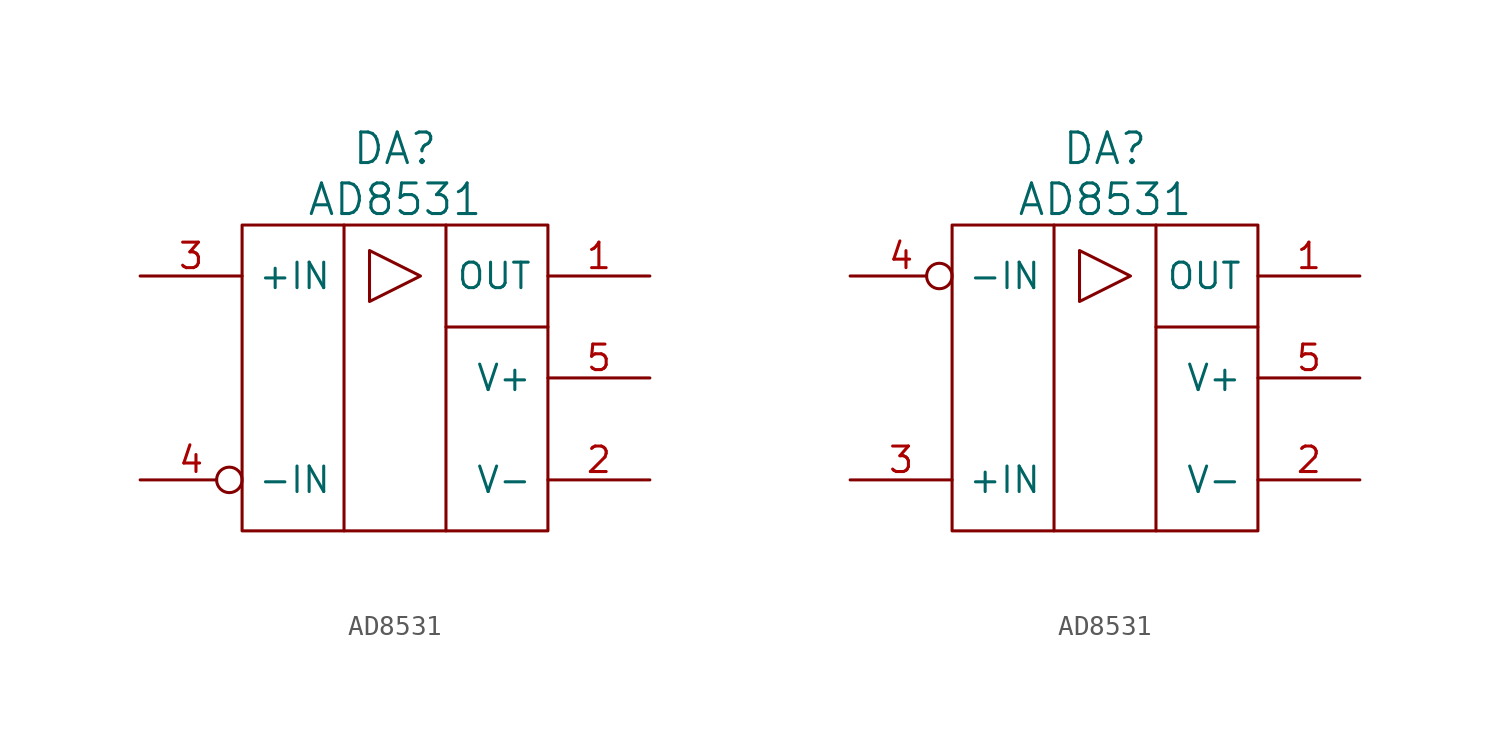
<source format=kicad_sym>
(kicad_symbol_lib
  (version 20220914)
  (generator kicad_symbol_editor)
  (symbol "AD8531"
    (pin_names
      (offset 0.762))
    (property "Reference" "DA"
      (at 0 11.43 0)
      (effects (font (size 1.524 1.524))))
    (property "Value" "AD8531"
      (at 0 8.89 0)
      (effects (font (size 1.524 1.524))))
    (property "Datasheet" ""
      (at 0 -8.89 0)
      (effects (font (size 1.524 1.524))))
    (symbol "AD8531_0_0"
      (rectangle (start -7.62 7.62) (end 7.62 -7.62) (stroke (width 0) (type solid)) (fill (type none)))
      (polyline (pts (xy 2.54 2.54) (xy 7.62 2.54)) (stroke (width 0) (type solid)) (fill (type none)))
      (polyline (pts (xy -2.54 7.62) (xy -2.54 -6.35) (xy -2.54 -7.62)) (stroke (width 0) (type solid)) (fill (type none)))
      (polyline (pts (xy -1.27 6.35) (xy -1.27 3.81) (xy 1.27 5.08) (xy -1.27 6.35)) (stroke (width 0) (type solid)) (fill (type none)))
      (polyline (pts (xy 2.54 -7.62) (xy 2.54 7.62) (xy 2.54 7.62) (xy 2.54 7.62)) (stroke (width 0) (type solid)) (fill (type none))))
    (symbol "AD8531_1_1"
      (pin input line (at 12.7 5.08 180) (length 5.08) (name "OUT" (effects (font (size 1.27 1.27)))) (number "1" (effects (font (size 1.27 1.27)))))
      (pin power_in line (at 12.7 -5.08 180) (length 5.08) (name "V-" (effects (font (size 1.27 1.27)))) (number "2" (effects (font (size 1.27 1.27)))))
      (pin input line (at -12.7 5.08 0) (length 5.08) (name "+IN" (effects (font (size 1.27 1.27)))) (number "3" (effects (font (size 1.27 1.27)))))
      (pin input inverted (at -12.7 -5.08 0) (length 5.08) (name "-IN" (effects (font (size 1.27 1.27)))) (number "4" (effects (font (size 1.27 1.27)))))
      (pin power_in line (at 12.7 0 180) (length 5.08) (name "V+" (effects (font (size 1.27 1.27)))) (number "5" (effects (font (size 1.27 1.27))))))
    (symbol "AD8531_1_2"
      (pin input line (at 12.7 5.08 180) (length 5.08) (name "OUT" (effects (font (size 1.27 1.27)))) (number "1" (effects (font (size 1.27 1.27)))))
      (pin power_in line (at 12.7 -5.08 180) (length 5.08) (name "V-" (effects (font (size 1.27 1.27)))) (number "2" (effects (font (size 1.27 1.27)))))
      (pin input line (at -12.7 -5.08 0) (length 5.08) (name "+IN" (effects (font (size 1.27 1.27)))) (number "3" (effects (font (size 1.27 1.27)))))
      (pin input inverted (at -12.7 5.08 0) (length 5.08) (name "-IN" (effects (font (size 1.27 1.27)))) (number "4" (effects (font (size 1.27 1.27)))))
      (pin power_in line (at 12.7 0 180) (length 5.08) (name "V+" (effects (font (size 1.27 1.27)))) (number "5" (effects (font (size 1.27 1.27))))))))
</source>
